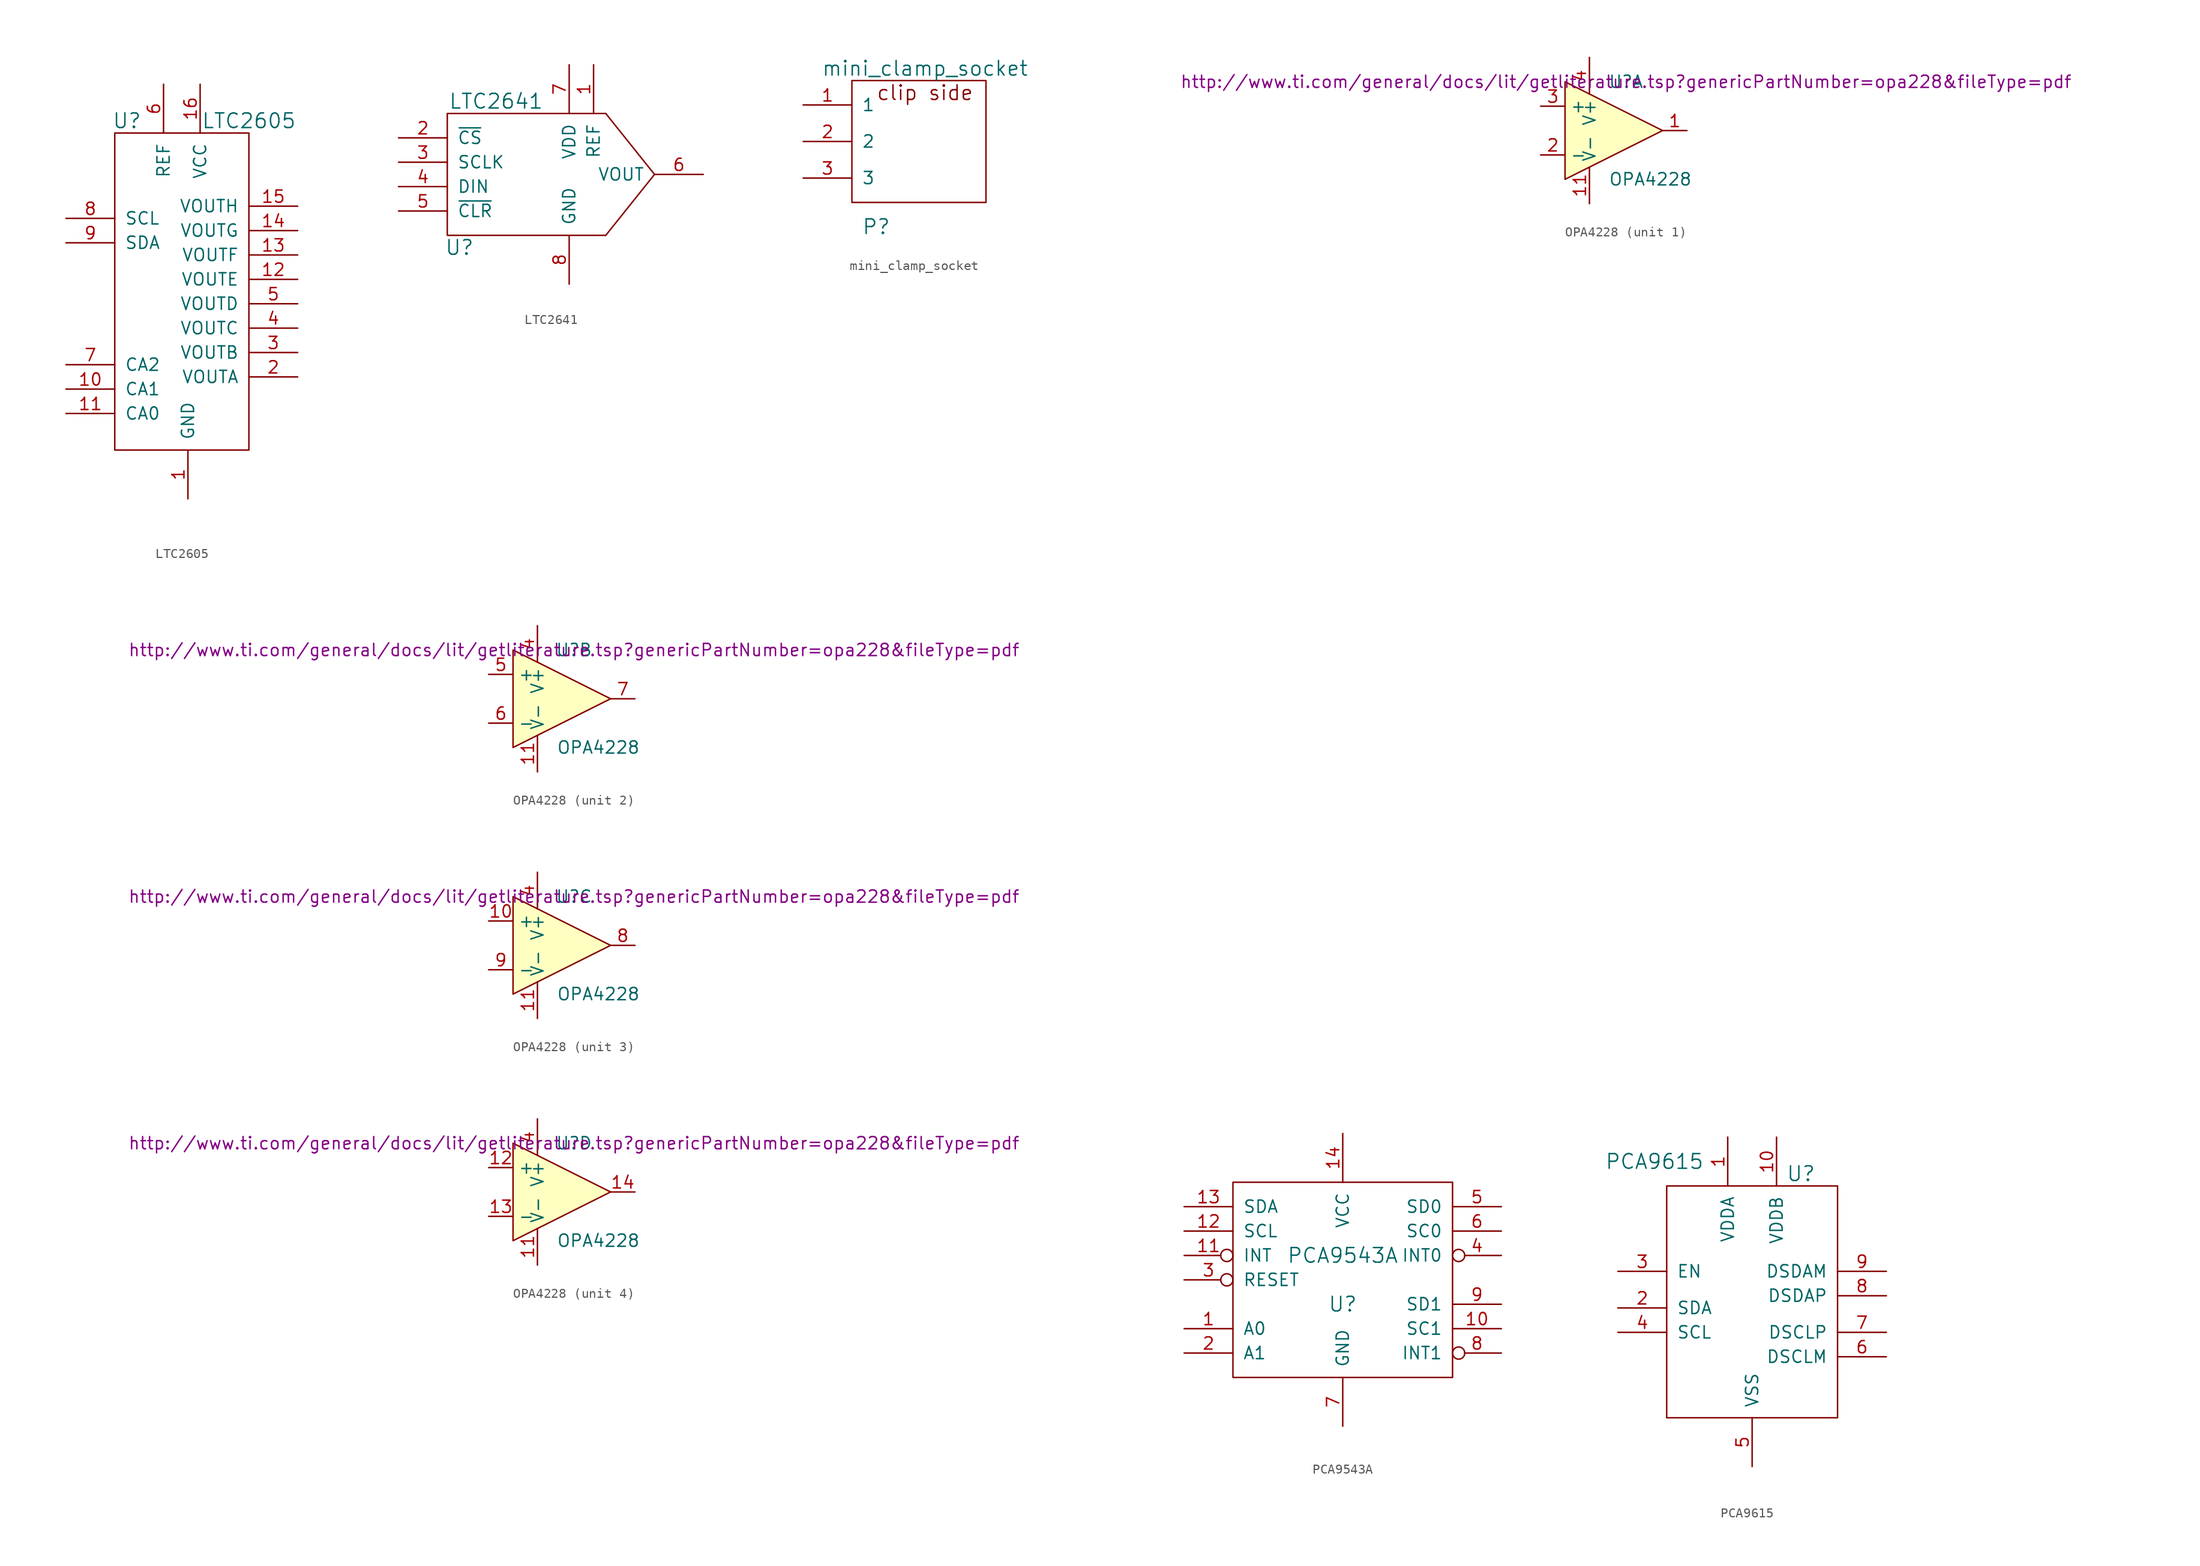
<source format=kicad_sym>
(kicad_symbol_lib
  (version 20211014)
  (generator kicad_symbol_editor)
  (symbol "LTC2605"
    (pin_names
      (offset 1.016))
    (property "Reference" "U"
      (at -5.08 17.78 0)
      (effects (font (size 1.524 1.524))))
    (property "Value" "LTC2605"
      (at 7.62 17.78 0)
      (effects (font (size 1.524 1.524))))
    (symbol "LTC2605_0_1"
      (rectangle (start -6.35 -16.51) (end 7.62 16.51) (stroke (width 0) (type default) (color 0 0 0 0)) (fill (type none))))
    (symbol "LTC2605_1_1"
      (pin power_in line (at 1.27 -21.59 90) (length 5.08) (name "GND" (effects (font (size 1.27 1.27)))) (number "1" (effects (font (size 1.27 1.27)))))
      (pin input line (at -11.43 -10.16 0) (length 5.08) (name "CA1" (effects (font (size 1.27 1.27)))) (number "10" (effects (font (size 1.27 1.27)))))
      (pin input line (at -11.43 -12.7 0) (length 5.08) (name "CA0" (effects (font (size 1.27 1.27)))) (number "11" (effects (font (size 1.27 1.27)))))
      (pin output line (at 12.7 1.27 180) (length 5.08) (name "VOUTE" (effects (font (size 1.27 1.27)))) (number "12" (effects (font (size 1.27 1.27)))))
      (pin output line (at 12.7 3.81 180) (length 5.08) (name "VOUTF" (effects (font (size 1.27 1.27)))) (number "13" (effects (font (size 1.27 1.27)))))
      (pin output line (at 12.7 6.35 180) (length 5.08) (name "VOUTG" (effects (font (size 1.27 1.27)))) (number "14" (effects (font (size 1.27 1.27)))))
      (pin output line (at 12.7 8.89 180) (length 5.08) (name "VOUTH" (effects (font (size 1.27 1.27)))) (number "15" (effects (font (size 1.27 1.27)))))
      (pin power_in line (at 2.54 21.59 270) (length 5.08) (name "VCC" (effects (font (size 1.27 1.27)))) (number "16" (effects (font (size 1.27 1.27)))))
      (pin output line (at 12.7 -8.89 180) (length 5.08) (name "VOUTA" (effects (font (size 1.27 1.27)))) (number "2" (effects (font (size 1.27 1.27)))))
      (pin output line (at 12.7 -6.35 180) (length 5.08) (name "VOUTB" (effects (font (size 1.27 1.27)))) (number "3" (effects (font (size 1.27 1.27)))))
      (pin output line (at 12.7 -3.81 180) (length 5.08) (name "VOUTC" (effects (font (size 1.27 1.27)))) (number "4" (effects (font (size 1.27 1.27)))))
      (pin output line (at 12.7 -1.27 180) (length 5.08) (name "VOUTD" (effects (font (size 1.27 1.27)))) (number "5" (effects (font (size 1.27 1.27)))))
      (pin input line (at -1.27 21.59 270) (length 5.08) (name "REF" (effects (font (size 1.27 1.27)))) (number "6" (effects (font (size 1.27 1.27)))))
      (pin input line (at -11.43 -7.62 0) (length 5.08) (name "CA2" (effects (font (size 1.27 1.27)))) (number "7" (effects (font (size 1.27 1.27)))))
      (pin input line (at -11.43 7.62 0) (length 5.08) (name "SCL" (effects (font (size 1.27 1.27)))) (number "8" (effects (font (size 1.27 1.27)))))
      (pin input line (at -11.43 5.08 0) (length 5.08) (name "SDA" (effects (font (size 1.27 1.27)))) (number "9" (effects (font (size 1.27 1.27)))))))
  (symbol "LTC2641"
    (pin_names
      (offset 1.016))
    (property "Reference" "U"
      (at -8.89 -7.62 0)
      (effects (font (size 1.524 1.524))))
    (property "Value" "LTC2641"
      (at -5.08 7.62 0)
      (effects (font (size 1.524 1.524))))
    (symbol "LTC2641_0_1"
      (polyline (pts (xy 11.43 0) (xy 6.35 -6.35)) (stroke (width 0) (type default) (color 0 0 0 0)) (fill (type none)))
      (polyline (pts (xy 11.43 0) (xy 6.35 6.35)) (stroke (width 0) (type default) (color 0 0 0 0)) (fill (type none)))
      (polyline (pts (xy 6.35 6.35) (xy -10.16 6.35) (xy -10.16 -6.35) (xy 6.35 -6.35)) (stroke (width 0) (type default) (color 0 0 0 0)) (fill (type none))))
    (symbol "LTC2641_1_1"
      (pin power_in line (at 5.08 11.43 270) (length 5.08) (name "REF" (effects (font (size 1.27 1.27)))) (number "1" (effects (font (size 1.27 1.27)))))
      (pin input line (at -15.24 3.81 0) (length 5.08) (name "~{CS}" (effects (font (size 1.27 1.27)))) (number "2" (effects (font (size 1.27 1.27)))))
      (pin input line (at -15.24 1.27 0) (length 5.08) (name "SCLK" (effects (font (size 1.27 1.27)))) (number "3" (effects (font (size 1.27 1.27)))))
      (pin input line (at -15.24 -1.27 0) (length 5.08) (name "DIN" (effects (font (size 1.27 1.27)))) (number "4" (effects (font (size 1.27 1.27)))))
      (pin input line (at -15.24 -3.81 0) (length 5.08) (name "~{CLR}" (effects (font (size 1.27 1.27)))) (number "5" (effects (font (size 1.27 1.27)))))
      (pin power_out line (at 16.51 0 180) (length 5.08) (name "VOUT" (effects (font (size 1.27 1.27)))) (number "6" (effects (font (size 1.27 1.27)))))
      (pin power_in line (at 2.54 11.43 270) (length 5.08) (name "VDD" (effects (font (size 1.27 1.27)))) (number "7" (effects (font (size 1.27 1.27)))))
      (pin power_in line (at 2.54 -11.43 90) (length 5.08) (name "GND" (effects (font (size 1.27 1.27)))) (number "8" (effects (font (size 1.27 1.27)))))))
  (symbol "mini_clamp_socket"
    (pin_names
      (offset 1.016))
    (property "Reference" "P"
      (at 2.54 -2.54 0)
      (effects (font (size 1.524 1.524))))
    (property "Value" "mini_clamp_socket"
      (at 7.62 13.97 0)
      (effects (font (size 1.524 1.524))))
    (symbol "mini_clamp_socket_0_0"
      (text "clip side" (at 7.62 11.43 0) (effects (font (size 1.524 1.524)))))
    (symbol "mini_clamp_socket_0_1"
      (rectangle (start 0 0) (end 13.97 12.7) (stroke (width 0) (type default) (color 0 0 0 0)) (fill (type none))))
    (symbol "mini_clamp_socket_1_1"
      (pin unspecified line (at -5.08 10.16 0) (length 5.08) (name "1" (effects (font (size 1.27 1.27)))) (number "1" (effects (font (size 1.27 1.27)))))
      (pin unspecified line (at -5.08 6.35 0) (length 5.08) (name "2" (effects (font (size 1.27 1.27)))) (number "2" (effects (font (size 1.27 1.27)))))
      (pin unspecified line (at -5.08 2.54 0) (length 5.08) (name "3" (effects (font (size 1.27 1.27)))) (number "3" (effects (font (size 1.27 1.27)))))))
  (symbol "OPA4228"
    (property "Reference" "U"
      (at 1.27 5.08 0)
      (effects (font (size 1.27 1.27))))
    (property "Value" "OPA4228"
      (at 3.81 -5.08 0)
      (effects (font (size 1.27 1.27))))
    (property "Footprint" ""
      (at -1.27 2.54 0)
      (effects (font (size 1.27 1.27))))
    (property "Datasheet" "http://www.ti.com/general/docs/lit/getliterature.tsp?genericPartNumber=opa228&fileType=pdf"
      (at 1.27 5.08 0)
      (effects (font (size 1.27 1.27))))
    (symbol "OPA4228_0_1"
      (polyline (pts (xy -5.08 5.08) (xy 5.08 0) (xy -5.08 -5.08) (xy -5.08 5.08)) (stroke (width 0.152) (type default) (color 0 0 0 0)) (fill (type background)))
      (pin power_in line (at -2.54 -7.62 90) (length 3.81) (name "V-" (effects (font (size 1.27 1.27)))) (number "11" (effects (font (size 1.27 1.27)))))
      (pin power_in line (at -2.54 7.62 270) (length 3.81) (name "V+" (effects (font (size 1.27 1.27)))) (number "4" (effects (font (size 1.27 1.27))))))
    (symbol "OPA4228_1_1"
      (pin output line (at 7.62 0 180) (length 2.54) (name "~" (effects (font (size 1.27 1.27)))) (number "1" (effects (font (size 1.27 1.27)))))
      (pin input line (at -7.62 -2.54 0) (length 2.54) (name "-" (effects (font (size 1.27 1.27)))) (number "2" (effects (font (size 1.27 1.27)))))
      (pin input line (at -7.62 2.54 0) (length 2.54) (name "+" (effects (font (size 1.27 1.27)))) (number "3" (effects (font (size 1.27 1.27))))))
    (symbol "OPA4228_2_1"
      (pin input line (at -7.62 2.54 0) (length 2.54) (name "+" (effects (font (size 1.27 1.27)))) (number "5" (effects (font (size 1.27 1.27)))))
      (pin input line (at -7.62 -2.54 0) (length 2.54) (name "-" (effects (font (size 1.27 1.27)))) (number "6" (effects (font (size 1.27 1.27)))))
      (pin output line (at 7.62 0 180) (length 2.54) (name "~" (effects (font (size 1.27 1.27)))) (number "7" (effects (font (size 1.27 1.27))))))
    (symbol "OPA4228_3_1"
      (pin input line (at -7.62 2.54 0) (length 2.54) (name "+" (effects (font (size 1.27 1.27)))) (number "10" (effects (font (size 1.27 1.27)))))
      (pin output line (at 7.62 0 180) (length 2.54) (name "~" (effects (font (size 1.27 1.27)))) (number "8" (effects (font (size 1.27 1.27)))))
      (pin input line (at -7.62 -2.54 0) (length 2.54) (name "-" (effects (font (size 1.27 1.27)))) (number "9" (effects (font (size 1.27 1.27))))))
    (symbol "OPA4228_4_1"
      (pin input line (at -7.62 2.54 0) (length 2.54) (name "+" (effects (font (size 1.27 1.27)))) (number "12" (effects (font (size 1.27 1.27)))))
      (pin input line (at -7.62 -2.54 0) (length 2.54) (name "-" (effects (font (size 1.27 1.27)))) (number "13" (effects (font (size 1.27 1.27)))))
      (pin output line (at 7.62 0 180) (length 2.54) (name "~" (effects (font (size 1.27 1.27)))) (number "14" (effects (font (size 1.27 1.27)))))))
  (symbol "PCA9543A"
    (pin_names
      (offset 1.016))
    (property "Reference" "U"
      (at 0 -2.54 0)
      (effects (font (size 1.524 1.524))))
    (property "Value" "PCA9543A"
      (at 0 2.54 0)
      (effects (font (size 1.524 1.524))))
    (symbol "PCA9543A_0_1"
      (rectangle (start 11.43 -10.16) (end -11.43 10.16) (stroke (width 0) (type default) (color 0 0 0 0)) (fill (type none))))
    (symbol "PCA9543A_1_1"
      (pin input line (at -16.51 -5.08 0) (length 5.08) (name "A0" (effects (font (size 1.27 1.27)))) (number "1" (effects (font (size 1.27 1.27)))))
      (pin bidirectional line (at 16.51 -5.08 180) (length 5.08) (name "SC1" (effects (font (size 1.27 1.27)))) (number "10" (effects (font (size 1.27 1.27)))))
      (pin bidirectional inverted (at -16.51 2.54 0) (length 5.08) (name "INT" (effects (font (size 1.27 1.27)))) (number "11" (effects (font (size 1.27 1.27)))))
      (pin bidirectional line (at -16.51 5.08 0) (length 5.08) (name "SCL" (effects (font (size 1.27 1.27)))) (number "12" (effects (font (size 1.27 1.27)))))
      (pin bidirectional line (at -16.51 7.62 0) (length 5.08) (name "SDA" (effects (font (size 1.27 1.27)))) (number "13" (effects (font (size 1.27 1.27)))))
      (pin power_in line (at 0 15.24 270) (length 5.08) (name "VCC" (effects (font (size 1.27 1.27)))) (number "14" (effects (font (size 1.27 1.27)))))
      (pin input line (at -16.51 -7.62 0) (length 5.08) (name "A1" (effects (font (size 1.27 1.27)))) (number "2" (effects (font (size 1.27 1.27)))))
      (pin input inverted (at -16.51 0 0) (length 5.08) (name "RESET" (effects (font (size 1.27 1.27)))) (number "3" (effects (font (size 1.27 1.27)))))
      (pin bidirectional inverted (at 16.51 2.54 180) (length 5.08) (name "INT0" (effects (font (size 1.27 1.27)))) (number "4" (effects (font (size 1.27 1.27)))))
      (pin input line (at 16.51 7.62 180) (length 5.08) (name "SD0" (effects (font (size 1.27 1.27)))) (number "5" (effects (font (size 1.27 1.27)))))
      (pin input line (at 16.51 5.08 180) (length 5.08) (name "SC0" (effects (font (size 1.27 1.27)))) (number "6" (effects (font (size 1.27 1.27)))))
      (pin power_in line (at 0 -15.24 90) (length 5.08) (name "GND" (effects (font (size 1.27 1.27)))) (number "7" (effects (font (size 1.27 1.27)))))
      (pin bidirectional inverted (at 16.51 -7.62 180) (length 5.08) (name "INT1" (effects (font (size 1.27 1.27)))) (number "8" (effects (font (size 1.27 1.27)))))
      (pin bidirectional line (at 16.51 -2.54 180) (length 5.08) (name "SD1" (effects (font (size 1.27 1.27)))) (number "9" (effects (font (size 1.27 1.27)))))))
  (symbol "PCA9615"
    (pin_names
      (offset 1.016))
    (property "Reference" "U"
      (at 13.97 25.4 0)
      (effects (font (size 1.524 1.524))))
    (property "Value" "PCA9615"
      (at -1.27 26.67 0)
      (effects (font (size 1.524 1.524))))
    (symbol "PCA9615_0_1"
      (rectangle (start 17.78 0) (end 0 24.13) (stroke (width 0) (type default) (color 0 0 0 0)) (fill (type none))))
    (symbol "PCA9615_1_1"
      (pin input line (at 6.35 29.21 270) (length 5.08) (name "VDDA" (effects (font (size 1.27 1.27)))) (number "1" (effects (font (size 1.27 1.27)))))
      (pin input line (at 11.43 29.21 270) (length 5.08) (name "VDDB" (effects (font (size 1.27 1.27)))) (number "10" (effects (font (size 1.27 1.27)))))
      (pin input line (at -5.08 11.43 0) (length 5.08) (name "SDA" (effects (font (size 1.27 1.27)))) (number "2" (effects (font (size 1.27 1.27)))))
      (pin input line (at -5.08 15.24 0) (length 5.08) (name "EN" (effects (font (size 1.27 1.27)))) (number "3" (effects (font (size 1.27 1.27)))))
      (pin input line (at -5.08 8.89 0) (length 5.08) (name "SCL" (effects (font (size 1.27 1.27)))) (number "4" (effects (font (size 1.27 1.27)))))
      (pin input line (at 8.89 -5.08 90) (length 5.08) (name "VSS" (effects (font (size 1.27 1.27)))) (number "5" (effects (font (size 1.27 1.27)))))
      (pin input line (at 22.86 6.35 180) (length 5.08) (name "DSCLM" (effects (font (size 1.27 1.27)))) (number "6" (effects (font (size 1.27 1.27)))))
      (pin input line (at 22.86 8.89 180) (length 5.08) (name "DSCLP" (effects (font (size 1.27 1.27)))) (number "7" (effects (font (size 1.27 1.27)))))
      (pin input line (at 22.86 12.7 180) (length 5.08) (name "DSDAP" (effects (font (size 1.27 1.27)))) (number "8" (effects (font (size 1.27 1.27)))))
      (pin input line (at 22.86 15.24 180) (length 5.08) (name "DSDAM" (effects (font (size 1.27 1.27)))) (number "9" (effects (font (size 1.27 1.27))))))))
</source>
